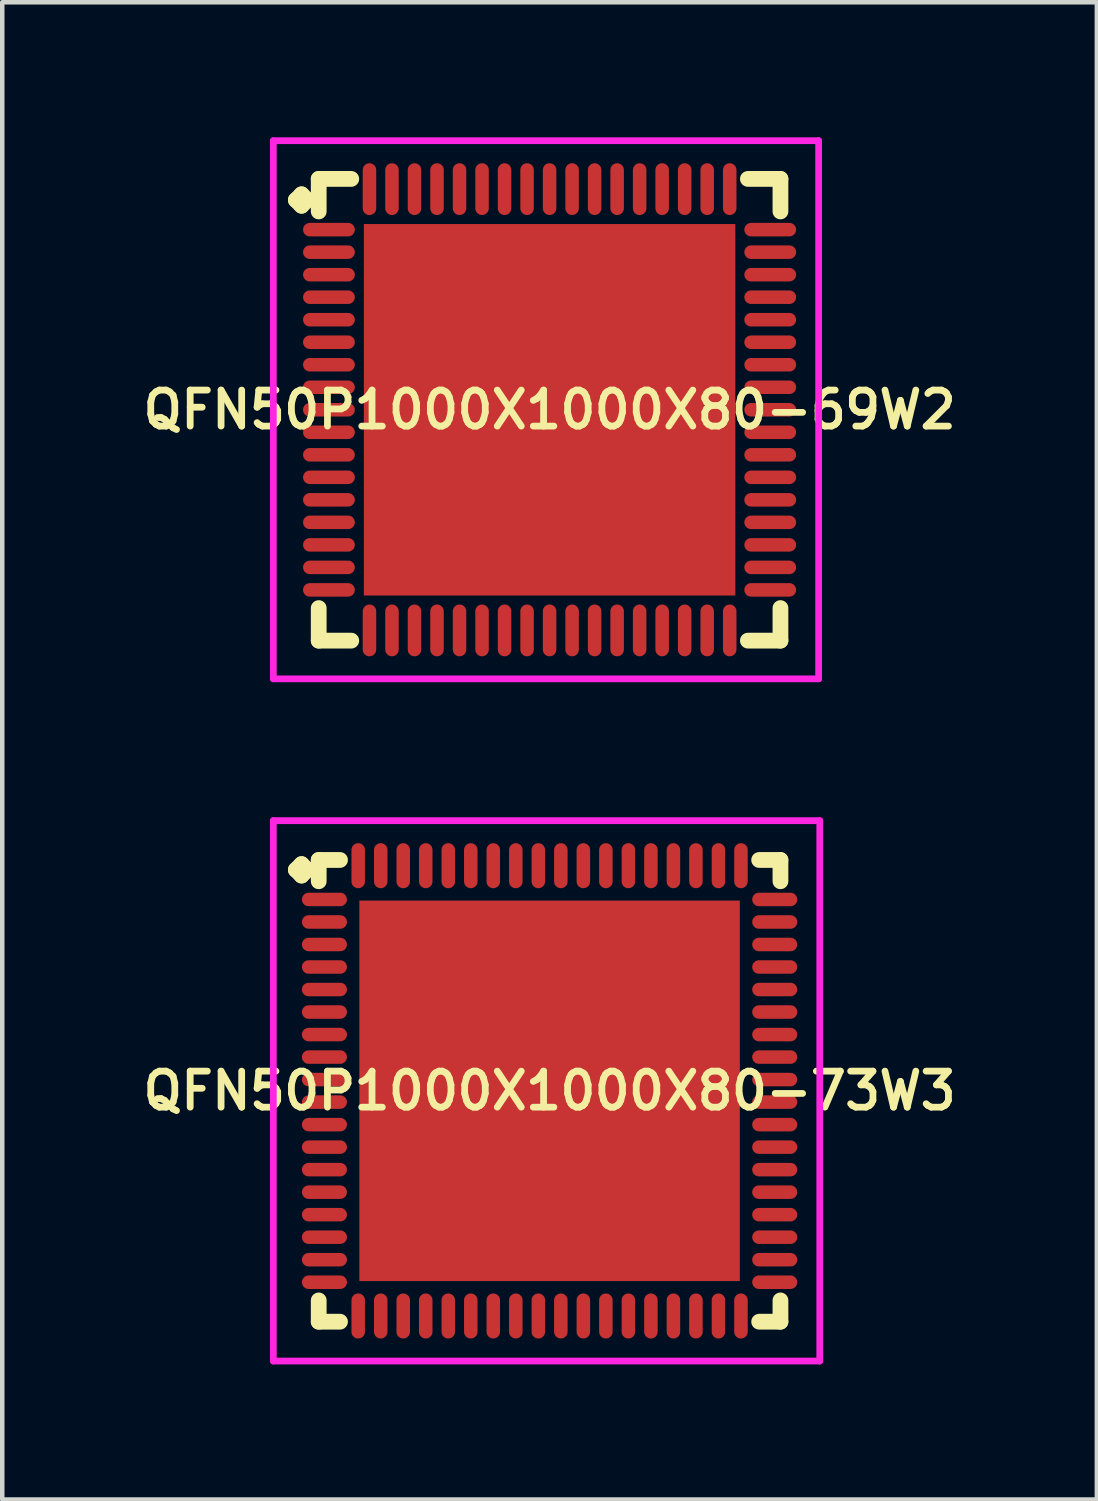
<source format=kicad_pcb>
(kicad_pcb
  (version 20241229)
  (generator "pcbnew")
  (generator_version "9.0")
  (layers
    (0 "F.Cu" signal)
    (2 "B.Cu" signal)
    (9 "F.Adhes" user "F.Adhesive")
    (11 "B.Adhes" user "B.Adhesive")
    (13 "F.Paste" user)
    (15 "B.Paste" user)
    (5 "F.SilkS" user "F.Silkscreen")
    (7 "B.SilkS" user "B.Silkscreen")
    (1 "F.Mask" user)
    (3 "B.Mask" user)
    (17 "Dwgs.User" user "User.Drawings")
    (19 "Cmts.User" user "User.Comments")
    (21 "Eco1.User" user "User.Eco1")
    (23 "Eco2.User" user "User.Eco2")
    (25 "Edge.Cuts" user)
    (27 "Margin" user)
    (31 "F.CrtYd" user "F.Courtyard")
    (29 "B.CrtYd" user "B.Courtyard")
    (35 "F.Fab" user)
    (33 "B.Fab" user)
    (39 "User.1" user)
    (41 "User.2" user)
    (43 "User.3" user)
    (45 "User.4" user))
  (footprint "QFN50P1000X1000X80-73W3"
    (layer "F.Cu")
    (at 9.155 21.175)
    (property "Reference" "QFN50P1000X1000X80-73W3" (at 0 0 0) (layer "F.SilkS") (effects (font (size 0.8 0.8) (thickness 0.15))))
    (attr smd)
    (fp_line (start -5.635 -4.908) (end -5.508 -5.035) (stroke (width 0.35) (type solid)) (layer "F.SilkS"))
    (fp_line (start -5.508 -5.035) (end -5.381 -4.908) (stroke (width 0.35) (type solid)) (layer "F.SilkS"))
    (fp_line (start -5.508 -4.781) (end -5.635 -4.908) (stroke (width 0.35) (type solid)) (layer "F.SilkS"))
    (fp_line (start -5.381 -4.908) (end -5.508 -4.781) (stroke (width 0.35) (type solid)) (layer "F.SilkS"))
    (fp_line (start -5.127 -5.127) (end -4.654 -5.127) (stroke (width 0.35) (type solid)) (layer "F.SilkS"))
    (fp_line (start -5.127 -4.654) (end -5.127 -5.127) (stroke (width 0.35) (type solid)) (layer "F.SilkS"))
    (fp_line (start -5.127 4.654) (end -5.127 5.127) (stroke (width 0.35) (type solid)) (layer "F.SilkS"))
    (fp_line (start -5.127 5.127) (end -4.654 5.127) (stroke (width 0.35) (type solid)) (layer "F.SilkS"))
    (fp_line (start 4.654 -5.127) (end 5.127 -5.127) (stroke (width 0.35) (type solid)) (layer "F.SilkS"))
    (fp_line (start 4.654 5.127) (end 5.127 5.127) (stroke (width 0.35) (type solid)) (layer "F.SilkS"))
    (fp_line (start 5.127 -5.127) (end 5.127 -4.654) (stroke (width 0.35) (type solid)) (layer "F.SilkS"))
    (fp_line (start 5.127 5.127) (end 5.127 4.654) (stroke (width 0.35) (type solid)) (layer "F.SilkS"))
    (fp_line (start -6.135 -6) (end 6 -6) (stroke (width 0.15) (type solid)) (layer "F.CrtYd"))
    (fp_line (start -6.135 6) (end -6.135 -6) (stroke (width 0.15) (type solid)) (layer "F.CrtYd"))
    (fp_line (start 6 -6) (end 6 6) (stroke (width 0.15) (type solid)) (layer "F.CrtYd"))
    (fp_line (start 6 6) (end -6.135 6) (stroke (width 0.15) (type solid)) (layer "F.CrtYd"))
    (pad "1" smd oval (at -5 -4.25) (size 1 0.3) (layers "F.Cu" "F.Mask" "F.Paste"))
    (pad "2" smd oval (at -5 -3.75) (size 1 0.3) (layers "F.Cu" "F.Mask" "F.Paste"))
    (pad "3" smd oval (at -5 -3.25) (size 1 0.3) (layers "F.Cu" "F.Mask" "F.Paste"))
    (pad "4" smd oval (at -5 -2.75) (size 1 0.3) (layers "F.Cu" "F.Mask" "F.Paste"))
    (pad "5" smd oval (at -5 -2.25) (size 1 0.3) (layers "F.Cu" "F.Mask" "F.Paste"))
    (pad "6" smd oval (at -5 -1.75) (size 1 0.3) (layers "F.Cu" "F.Mask" "F.Paste"))
    (pad "7" smd oval (at -5 -1.25) (size 1 0.3) (layers "F.Cu" "F.Mask" "F.Paste"))
    (pad "8" smd oval (at -5 -0.75) (size 1 0.3) (layers "F.Cu" "F.Mask" "F.Paste"))
    (pad "9" smd oval (at -5 -0.25) (size 1 0.3) (layers "F.Cu" "F.Mask" "F.Paste"))
    (pad "10" smd oval (at -5 0.25) (size 1 0.3) (layers "F.Cu" "F.Mask" "F.Paste"))
    (pad "11" smd oval (at -5 0.75) (size 1 0.3) (layers "F.Cu" "F.Mask" "F.Paste"))
    (pad "12" smd oval (at -5 1.25) (size 1 0.3) (layers "F.Cu" "F.Mask" "F.Paste"))
    (pad "13" smd oval (at -5 1.75) (size 1 0.3) (layers "F.Cu" "F.Mask" "F.Paste"))
    (pad "14" smd oval (at -5 2.25) (size 1 0.3) (layers "F.Cu" "F.Mask" "F.Paste"))
    (pad "15" smd oval (at -5 2.75) (size 1 0.3) (layers "F.Cu" "F.Mask" "F.Paste"))
    (pad "16" smd oval (at -5 3.25) (size 1 0.3) (layers "F.Cu" "F.Mask" "F.Paste"))
    (pad "17" smd oval (at -5 3.75) (size 1 0.3) (layers "F.Cu" "F.Mask" "F.Paste"))
    (pad "18" smd oval (at -5 4.25) (size 1 0.3) (layers "F.Cu" "F.Mask" "F.Paste"))
    (pad "19" smd oval (at -4.25 5) (size 0.3 1) (layers "F.Cu" "F.Mask" "F.Paste"))
    (pad "20" smd oval (at -3.75 5) (size 0.3 1) (layers "F.Cu" "F.Mask" "F.Paste"))
    (pad "21" smd oval (at -3.25 5) (size 0.3 1) (layers "F.Cu" "F.Mask" "F.Paste"))
    (pad "22" smd oval (at -2.75 5) (size 0.3 1) (layers "F.Cu" "F.Mask" "F.Paste"))
    (pad "23" smd oval (at -2.25 5) (size 0.3 1) (layers "F.Cu" "F.Mask" "F.Paste"))
    (pad "24" smd oval (at -1.75 5) (size 0.3 1) (layers "F.Cu" "F.Mask" "F.Paste"))
    (pad "25" smd oval (at -1.25 5) (size 0.3 1) (layers "F.Cu" "F.Mask" "F.Paste"))
    (pad "26" smd oval (at -0.75 5) (size 0.3 1) (layers "F.Cu" "F.Mask" "F.Paste"))
    (pad "27" smd oval (at -0.25 5) (size 0.3 1) (layers "F.Cu" "F.Mask" "F.Paste"))
    (pad "28" smd oval (at 0.25 5) (size 0.3 1) (layers "F.Cu" "F.Mask" "F.Paste"))
    (pad "29" smd oval (at 0.75 5) (size 0.3 1) (layers "F.Cu" "F.Mask" "F.Paste"))
    (pad "30" smd oval (at 1.25 5) (size 0.3 1) (layers "F.Cu" "F.Mask" "F.Paste"))
    (pad "31" smd oval (at 1.75 5) (size 0.3 1) (layers "F.Cu" "F.Mask" "F.Paste"))
    (pad "32" smd oval (at 2.25 5) (size 0.3 1) (layers "F.Cu" "F.Mask" "F.Paste"))
    (pad "33" smd oval (at 2.75 5) (size 0.3 1) (layers "F.Cu" "F.Mask" "F.Paste"))
    (pad "34" smd oval (at 3.25 5) (size 0.3 1) (layers "F.Cu" "F.Mask" "F.Paste"))
    (pad "35" smd oval (at 3.75 5) (size 0.3 1) (layers "F.Cu" "F.Mask" "F.Paste"))
    (pad "36" smd oval (at 4.25 5) (size 0.3 1) (layers "F.Cu" "F.Mask" "F.Paste"))
    (pad "37" smd oval (at 5 4.25) (size 1 0.3) (layers "F.Cu" "F.Mask" "F.Paste"))
    (pad "38" smd oval (at 5 3.75) (size 1 0.3) (layers "F.Cu" "F.Mask" "F.Paste"))
    (pad "39" smd oval (at 5 3.25) (size 1 0.3) (layers "F.Cu" "F.Mask" "F.Paste"))
    (pad "40" smd oval (at 5 2.75) (size 1 0.3) (layers "F.Cu" "F.Mask" "F.Paste"))
    (pad "41" smd oval (at 5 2.25) (size 1 0.3) (layers "F.Cu" "F.Mask" "F.Paste"))
    (pad "42" smd oval (at 5 1.75) (size 1 0.3) (layers "F.Cu" "F.Mask" "F.Paste"))
    (pad "43" smd oval (at 5 1.25) (size 1 0.3) (layers "F.Cu" "F.Mask" "F.Paste"))
    (pad "44" smd oval (at 5 0.75) (size 1 0.3) (layers "F.Cu" "F.Mask" "F.Paste"))
    (pad "45" smd oval (at 5 0.25) (size 1 0.3) (layers "F.Cu" "F.Mask" "F.Paste"))
    (pad "46" smd oval (at 5 -0.25) (size 1 0.3) (layers "F.Cu" "F.Mask" "F.Paste"))
    (pad "47" smd oval (at 5 -0.75) (size 1 0.3) (layers "F.Cu" "F.Mask" "F.Paste"))
    (pad "48" smd oval (at 5 -1.25) (size 1 0.3) (layers "F.Cu" "F.Mask" "F.Paste"))
    (pad "49" smd oval (at 5 -1.75) (size 1 0.3) (layers "F.Cu" "F.Mask" "F.Paste"))
    (pad "50" smd oval (at 5 -2.25) (size 1 0.3) (layers "F.Cu" "F.Mask" "F.Paste"))
    (pad "51" smd oval (at 5 -2.75) (size 1 0.3) (layers "F.Cu" "F.Mask" "F.Paste"))
    (pad "52" smd oval (at 5 -3.25) (size 1 0.3) (layers "F.Cu" "F.Mask" "F.Paste"))
    (pad "53" smd oval (at 5 -3.75) (size 1 0.3) (layers "F.Cu" "F.Mask" "F.Paste"))
    (pad "54" smd oval (at 5 -4.25) (size 1 0.3) (layers "F.Cu" "F.Mask" "F.Paste"))
    (pad "55" smd oval (at 4.25 -5) (size 0.3 1) (layers "F.Cu" "F.Mask" "F.Paste"))
    (pad "56" smd oval (at 3.75 -5) (size 0.3 1) (layers "F.Cu" "F.Mask" "F.Paste"))
    (pad "57" smd oval (at 3.25 -5) (size 0.3 1) (layers "F.Cu" "F.Mask" "F.Paste"))
    (pad "58" smd oval (at 2.75 -5) (size 0.3 1) (layers "F.Cu" "F.Mask" "F.Paste"))
    (pad "59" smd oval (at 2.25 -5) (size 0.3 1) (layers "F.Cu" "F.Mask" "F.Paste"))
    (pad "60" smd oval (at 1.75 -5) (size 0.3 1) (layers "F.Cu" "F.Mask" "F.Paste"))
    (pad "61" smd oval (at 1.25 -5) (size 0.3 1) (layers "F.Cu" "F.Mask" "F.Paste"))
    (pad "62" smd oval (at 0.75 -5) (size 0.3 1) (layers "F.Cu" "F.Mask" "F.Paste"))
    (pad "63" smd oval (at 0.25 -5) (size 0.3 1) (layers "F.Cu" "F.Mask" "F.Paste"))
    (pad "64" smd oval (at -0.25 -5) (size 0.3 1) (layers "F.Cu" "F.Mask" "F.Paste"))
    (pad "65" smd oval (at -0.75 -5) (size 0.3 1) (layers "F.Cu" "F.Mask" "F.Paste"))
    (pad "66" smd oval (at -1.25 -5) (size 0.3 1) (layers "F.Cu" "F.Mask" "F.Paste"))
    (pad "67" smd oval (at -1.75 -5) (size 0.3 1) (layers "F.Cu" "F.Mask" "F.Paste"))
    (pad "68" smd oval (at -2.25 -5) (size 0.3 1) (layers "F.Cu" "F.Mask" "F.Paste"))
    (pad "69" smd oval (at -2.75 -5) (size 0.3 1) (layers "F.Cu" "F.Mask" "F.Paste"))
    (pad "70" smd oval (at -3.25 -5) (size 0.3 1) (layers "F.Cu" "F.Mask" "F.Paste"))
    (pad "71" smd oval (at -3.75 -5) (size 0.3 1) (layers "F.Cu" "F.Mask" "F.Paste"))
    (pad "72" smd oval (at -4.25 -5) (size 0.3 1) (layers "F.Cu" "F.Mask" "F.Paste"))
    (pad "73" smd rect (at 0 0) (size 8.45 8.45) (layers "F.Cu" "F.Mask" "F.Paste")))
  (footprint "QFN50P1000X1000X80-69W2"
    (layer "F.Cu")
    (at 9.155 6.05)
    (property "Reference" "QFN50P1000X1000X80-69W2" (at 0 0 0) (layer "F.SilkS") (effects (font (size 0.8 0.8) (thickness 0.15))))
    (attr smd)
    (fp_line (start -5.635 -4.658) (end -5.508 -4.785) (stroke (width 0.35) (type solid)) (layer "F.SilkS"))
    (fp_line (start -5.508 -4.785) (end -5.381 -4.658) (stroke (width 0.35) (type solid)) (layer "F.SilkS"))
    (fp_line (start -5.508 -4.531) (end -5.635 -4.658) (stroke (width 0.35) (type solid)) (layer "F.SilkS"))
    (fp_line (start -5.381 -4.658) (end -5.508 -4.531) (stroke (width 0.35) (type solid)) (layer "F.SilkS"))
    (fp_line (start -5.127 -5.127) (end -4.404 -5.127) (stroke (width 0.35) (type solid)) (layer "F.SilkS"))
    (fp_line (start -5.127 -4.404) (end -5.127 -5.127) (stroke (width 0.35) (type solid)) (layer "F.SilkS"))
    (fp_line (start -5.127 4.404) (end -5.127 5.127) (stroke (width 0.35) (type solid)) (layer "F.SilkS"))
    (fp_line (start -5.127 5.127) (end -4.404 5.127) (stroke (width 0.35) (type solid)) (layer "F.SilkS"))
    (fp_line (start 4.404 -5.127) (end 5.127 -5.127) (stroke (width 0.35) (type solid)) (layer "F.SilkS"))
    (fp_line (start 4.404 5.127) (end 5.127 5.127) (stroke (width 0.35) (type solid)) (layer "F.SilkS"))
    (fp_line (start 5.127 -5.127) (end 5.127 -4.404) (stroke (width 0.35) (type solid)) (layer "F.SilkS"))
    (fp_line (start 5.127 5.127) (end 5.127 4.404) (stroke (width 0.35) (type solid)) (layer "F.SilkS"))
    (fp_line (start -6.135 -5.975) (end 5.975 -5.975) (stroke (width 0.15) (type solid)) (layer "F.CrtYd"))
    (fp_line (start -6.135 5.975) (end -6.135 -5.975) (stroke (width 0.15) (type solid)) (layer "F.CrtYd"))
    (fp_line (start 5.975 -5.975) (end 5.975 5.975) (stroke (width 0.15) (type solid)) (layer "F.CrtYd"))
    (fp_line (start 5.975 5.975) (end -6.135 5.975) (stroke (width 0.15) (type solid)) (layer "F.CrtYd"))
    (pad "1" smd oval (at -4.9 -4) (size 1.15 0.3) (layers "F.Cu" "F.Mask" "F.Paste"))
    (pad "2" smd oval (at -4.9 -3.5) (size 1.15 0.3) (layers "F.Cu" "F.Mask" "F.Paste"))
    (pad "3" smd oval (at -4.9 -3) (size 1.15 0.3) (layers "F.Cu" "F.Mask" "F.Paste"))
    (pad "4" smd oval (at -4.9 -2.5) (size 1.15 0.3) (layers "F.Cu" "F.Mask" "F.Paste"))
    (pad "5" smd oval (at -4.9 -2) (size 1.15 0.3) (layers "F.Cu" "F.Mask" "F.Paste"))
    (pad "6" smd oval (at -4.9 -1.5) (size 1.15 0.3) (layers "F.Cu" "F.Mask" "F.Paste"))
    (pad "7" smd oval (at -4.9 -1) (size 1.15 0.3) (layers "F.Cu" "F.Mask" "F.Paste"))
    (pad "8" smd oval (at -4.9 -0.5) (size 1.15 0.3) (layers "F.Cu" "F.Mask" "F.Paste"))
    (pad "9" smd oval (at -4.9 0) (size 1.15 0.3) (layers "F.Cu" "F.Mask" "F.Paste"))
    (pad "10" smd oval (at -4.9 0.5) (size 1.15 0.3) (layers "F.Cu" "F.Mask" "F.Paste"))
    (pad "11" smd oval (at -4.9 1) (size 1.15 0.3) (layers "F.Cu" "F.Mask" "F.Paste"))
    (pad "12" smd oval (at -4.9 1.5) (size 1.15 0.3) (layers "F.Cu" "F.Mask" "F.Paste"))
    (pad "13" smd oval (at -4.9 2) (size 1.15 0.3) (layers "F.Cu" "F.Mask" "F.Paste"))
    (pad "14" smd oval (at -4.9 2.5) (size 1.15 0.3) (layers "F.Cu" "F.Mask" "F.Paste"))
    (pad "15" smd oval (at -4.9 3) (size 1.15 0.3) (layers "F.Cu" "F.Mask" "F.Paste"))
    (pad "16" smd oval (at -4.9 3.5) (size 1.15 0.3) (layers "F.Cu" "F.Mask" "F.Paste"))
    (pad "17" smd oval (at -4.9 4) (size 1.15 0.3) (layers "F.Cu" "F.Mask" "F.Paste"))
    (pad "18" smd oval (at -4 4.9) (size 0.3 1.15) (layers "F.Cu" "F.Mask" "F.Paste"))
    (pad "19" smd oval (at -3.5 4.9) (size 0.3 1.15) (layers "F.Cu" "F.Mask" "F.Paste"))
    (pad "20" smd oval (at -3 4.9) (size 0.3 1.15) (layers "F.Cu" "F.Mask" "F.Paste"))
    (pad "21" smd oval (at -2.5 4.9) (size 0.3 1.15) (layers "F.Cu" "F.Mask" "F.Paste"))
    (pad "22" smd oval (at -2 4.9) (size 0.3 1.15) (layers "F.Cu" "F.Mask" "F.Paste"))
    (pad "23" smd oval (at -1.5 4.9) (size 0.3 1.15) (layers "F.Cu" "F.Mask" "F.Paste"))
    (pad "24" smd oval (at -1 4.9) (size 0.3 1.15) (layers "F.Cu" "F.Mask" "F.Paste"))
    (pad "25" smd oval (at -0.5 4.9) (size 0.3 1.15) (layers "F.Cu" "F.Mask" "F.Paste"))
    (pad "26" smd oval (at 0 4.9) (size 0.3 1.15) (layers "F.Cu" "F.Mask" "F.Paste"))
    (pad "27" smd oval (at 0.5 4.9) (size 0.3 1.15) (layers "F.Cu" "F.Mask" "F.Paste"))
    (pad "28" smd oval (at 1 4.9) (size 0.3 1.15) (layers "F.Cu" "F.Mask" "F.Paste"))
    (pad "29" smd oval (at 1.5 4.9) (size 0.3 1.15) (layers "F.Cu" "F.Mask" "F.Paste"))
    (pad "30" smd oval (at 2 4.9) (size 0.3 1.15) (layers "F.Cu" "F.Mask" "F.Paste"))
    (pad "31" smd oval (at 2.5 4.9) (size 0.3 1.15) (layers "F.Cu" "F.Mask" "F.Paste"))
    (pad "32" smd oval (at 3 4.9) (size 0.3 1.15) (layers "F.Cu" "F.Mask" "F.Paste"))
    (pad "33" smd oval (at 3.5 4.9) (size 0.3 1.15) (layers "F.Cu" "F.Mask" "F.Paste"))
    (pad "34" smd oval (at 4 4.9) (size 0.3 1.15) (layers "F.Cu" "F.Mask" "F.Paste"))
    (pad "35" smd oval (at 4.9 4) (size 1.15 0.3) (layers "F.Cu" "F.Mask" "F.Paste"))
    (pad "36" smd oval (at 4.9 3.5) (size 1.15 0.3) (layers "F.Cu" "F.Mask" "F.Paste"))
    (pad "37" smd oval (at 4.9 3) (size 1.15 0.3) (layers "F.Cu" "F.Mask" "F.Paste"))
    (pad "38" smd oval (at 4.9 2.5) (size 1.15 0.3) (layers "F.Cu" "F.Mask" "F.Paste"))
    (pad "39" smd oval (at 4.9 2) (size 1.15 0.3) (layers "F.Cu" "F.Mask" "F.Paste"))
    (pad "40" smd oval (at 4.9 1.5) (size 1.15 0.3) (layers "F.Cu" "F.Mask" "F.Paste"))
    (pad "41" smd oval (at 4.9 1) (size 1.15 0.3) (layers "F.Cu" "F.Mask" "F.Paste"))
    (pad "42" smd oval (at 4.9 0.5) (size 1.15 0.3) (layers "F.Cu" "F.Mask" "F.Paste"))
    (pad "43" smd oval (at 4.9 0) (size 1.15 0.3) (layers "F.Cu" "F.Mask" "F.Paste"))
    (pad "44" smd oval (at 4.9 -0.5) (size 1.15 0.3) (layers "F.Cu" "F.Mask" "F.Paste"))
    (pad "45" smd oval (at 4.9 -1) (size 1.15 0.3) (layers "F.Cu" "F.Mask" "F.Paste"))
    (pad "46" smd oval (at 4.9 -1.5) (size 1.15 0.3) (layers "F.Cu" "F.Mask" "F.Paste"))
    (pad "47" smd oval (at 4.9 -2) (size 1.15 0.3) (layers "F.Cu" "F.Mask" "F.Paste"))
    (pad "48" smd oval (at 4.9 -2.5) (size 1.15 0.3) (layers "F.Cu" "F.Mask" "F.Paste"))
    (pad "49" smd oval (at 4.9 -3) (size 1.15 0.3) (layers "F.Cu" "F.Mask" "F.Paste"))
    (pad "50" smd oval (at 4.9 -3.5) (size 1.15 0.3) (layers "F.Cu" "F.Mask" "F.Paste"))
    (pad "51" smd oval (at 4.9 -4) (size 1.15 0.3) (layers "F.Cu" "F.Mask" "F.Paste"))
    (pad "52" smd oval (at 4 -4.9) (size 0.3 1.15) (layers "F.Cu" "F.Mask" "F.Paste"))
    (pad "53" smd oval (at 3.5 -4.9) (size 0.3 1.15) (layers "F.Cu" "F.Mask" "F.Paste"))
    (pad "54" smd oval (at 3 -4.9) (size 0.3 1.15) (layers "F.Cu" "F.Mask" "F.Paste"))
    (pad "55" smd oval (at 2.5 -4.9) (size 0.3 1.15) (layers "F.Cu" "F.Mask" "F.Paste"))
    (pad "56" smd oval (at 2 -4.9) (size 0.3 1.15) (layers "F.Cu" "F.Mask" "F.Paste"))
    (pad "57" smd oval (at 1.5 -4.9) (size 0.3 1.15) (layers "F.Cu" "F.Mask" "F.Paste"))
    (pad "58" smd oval (at 1 -4.9) (size 0.3 1.15) (layers "F.Cu" "F.Mask" "F.Paste"))
    (pad "59" smd oval (at 0.5 -4.9) (size 0.3 1.15) (layers "F.Cu" "F.Mask" "F.Paste"))
    (pad "60" smd oval (at 0 -4.9) (size 0.3 1.15) (layers "F.Cu" "F.Mask" "F.Paste"))
    (pad "61" smd oval (at -0.5 -4.9) (size 0.3 1.15) (layers "F.Cu" "F.Mask" "F.Paste"))
    (pad "62" smd oval (at -1 -4.9) (size 0.3 1.15) (layers "F.Cu" "F.Mask" "F.Paste"))
    (pad "63" smd oval (at -1.5 -4.9) (size 0.3 1.15) (layers "F.Cu" "F.Mask" "F.Paste"))
    (pad "64" smd oval (at -2 -4.9) (size 0.3 1.15) (layers "F.Cu" "F.Mask" "F.Paste"))
    (pad "65" smd oval (at -2.5 -4.9) (size 0.3 1.15) (layers "F.Cu" "F.Mask" "F.Paste"))
    (pad "66" smd oval (at -3 -4.9) (size 0.3 1.15) (layers "F.Cu" "F.Mask" "F.Paste"))
    (pad "67" smd oval (at -3.5 -4.9) (size 0.3 1.15) (layers "F.Cu" "F.Mask" "F.Paste"))
    (pad "68" smd oval (at -4 -4.9) (size 0.3 1.15) (layers "F.Cu" "F.Mask" "F.Paste"))
    (pad "69" smd rect (at 0 0) (size 8.25 8.25) (layers "F.Cu" "F.Mask" "F.Paste")))
  (gr_rect
    (start -3 -3)
    (end 21.309 30.25)
    (stroke (width 0.1) (type default))
    (fill no)
    (layer "Edge.Cuts")))
</source>
